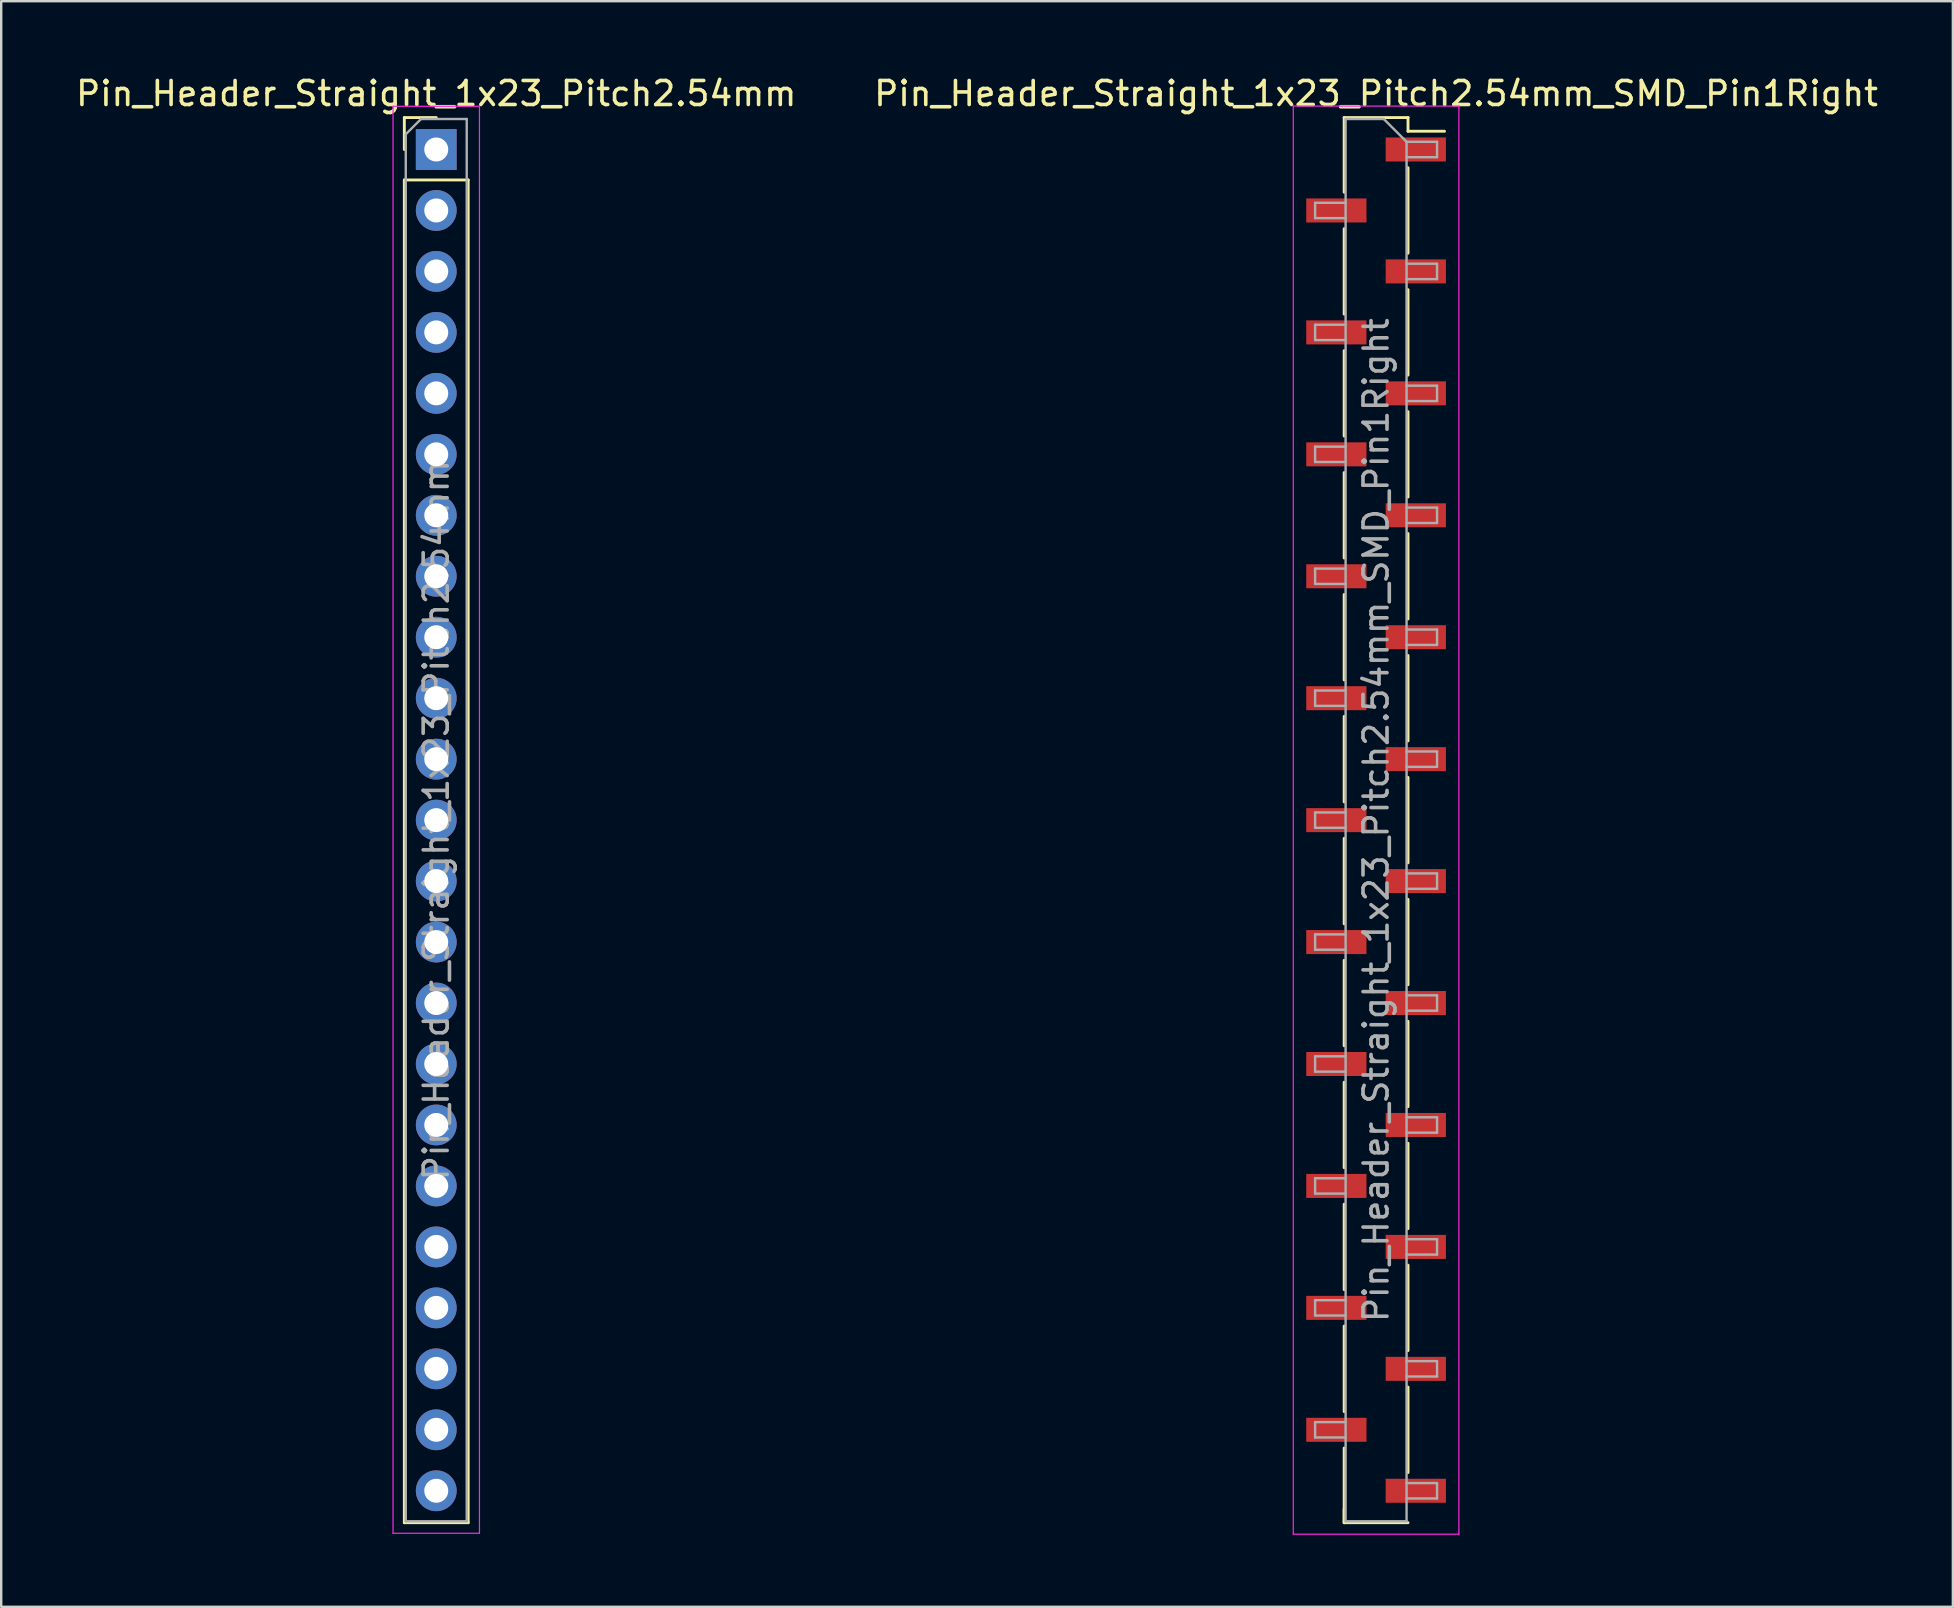
<source format=kicad_pcb>
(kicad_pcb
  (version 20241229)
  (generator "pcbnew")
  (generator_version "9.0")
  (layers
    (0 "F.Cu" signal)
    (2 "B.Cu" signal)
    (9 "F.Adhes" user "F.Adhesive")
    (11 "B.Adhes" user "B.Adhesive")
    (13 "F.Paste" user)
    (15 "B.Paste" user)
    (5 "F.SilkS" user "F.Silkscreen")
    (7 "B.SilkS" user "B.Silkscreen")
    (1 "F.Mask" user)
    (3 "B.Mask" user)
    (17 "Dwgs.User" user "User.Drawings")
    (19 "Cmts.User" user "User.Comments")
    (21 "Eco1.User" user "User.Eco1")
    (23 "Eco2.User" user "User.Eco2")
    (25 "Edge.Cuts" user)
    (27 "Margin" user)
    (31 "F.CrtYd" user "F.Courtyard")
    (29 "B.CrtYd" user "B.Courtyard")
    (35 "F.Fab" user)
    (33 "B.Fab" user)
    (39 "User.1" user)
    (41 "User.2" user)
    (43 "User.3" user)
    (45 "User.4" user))
  (footprint "Pin_Header_Straight_1x23_Pitch2.54mm"
    (layer "F.Cu")
    (at 15.125 3.178)
    (property "Reference" "Pin_Header_Straight_1x23_Pitch2.54mm" (at 0 -2.33 0) (layer "F.SilkS") (effects (font (size 1 1) (thickness 0.15))))
    (attr through_hole)
    (fp_line (start -1.33 -1.33) (end 0 -1.33) (stroke (width 0.12) (type solid)) (layer "F.SilkS"))
    (fp_line (start -1.33 0) (end -1.33 -1.33) (stroke (width 0.12) (type solid)) (layer "F.SilkS"))
    (fp_line (start -1.33 1.27) (end -1.33 57.21) (stroke (width 0.12) (type solid)) (layer "F.SilkS"))
    (fp_line (start -1.33 1.27) (end 1.33 1.27) (stroke (width 0.12) (type solid)) (layer "F.SilkS"))
    (fp_line (start -1.33 57.21) (end 1.33 57.21) (stroke (width 0.12) (type solid)) (layer "F.SilkS"))
    (fp_line (start 1.33 1.27) (end 1.33 57.21) (stroke (width 0.12) (type solid)) (layer "F.SilkS"))
    (fp_line (start -1.8 -1.8) (end -1.8 57.65) (stroke (width 0.05) (type solid)) (layer "F.CrtYd"))
    (fp_line (start -1.8 57.65) (end 1.8 57.65) (stroke (width 0.05) (type solid)) (layer "F.CrtYd"))
    (fp_line (start 1.8 -1.8) (end -1.8 -1.8) (stroke (width 0.05) (type solid)) (layer "F.CrtYd"))
    (fp_line (start 1.8 57.65) (end 1.8 -1.8) (stroke (width 0.05) (type solid)) (layer "F.CrtYd"))
    (fp_line (start -1.27 -0.635) (end -0.635 -1.27) (stroke (width 0.1) (type solid)) (layer "F.Fab"))
    (fp_line (start -1.27 57.15) (end -1.27 -0.635) (stroke (width 0.1) (type solid)) (layer "F.Fab"))
    (fp_line (start -0.635 -1.27) (end 1.27 -1.27) (stroke (width 0.1) (type solid)) (layer "F.Fab"))
    (fp_line (start 1.27 -1.27) (end 1.27 57.15) (stroke (width 0.1) (type solid)) (layer "F.Fab"))
    (fp_line (start 1.27 57.15) (end -1.27 57.15) (stroke (width 0.1) (type solid)) (layer "F.Fab"))
    (fp_text user "${REFERENCE}" (at 0 27.94 90) (layer "F.Fab") (effects (font (size 1 1) (thickness 0.15))))
    (pad "1" thru_hole rect (at 0 0) (size 1.7 1.7) (drill 1) (layers "*.Cu" "*.Mask"))
    (pad "2" thru_hole oval (at 0 2.54) (size 1.7 1.7) (drill 1) (layers "*.Cu" "*.Mask"))
    (pad "3" thru_hole oval (at 0 5.08) (size 1.7 1.7) (drill 1) (layers "*.Cu" "*.Mask"))
    (pad "4" thru_hole oval (at 0 7.62) (size 1.7 1.7) (drill 1) (layers "*.Cu" "*.Mask"))
    (pad "5" thru_hole oval (at 0 10.16) (size 1.7 1.7) (drill 1) (layers "*.Cu" "*.Mask"))
    (pad "6" thru_hole oval (at 0 12.7) (size 1.7 1.7) (drill 1) (layers "*.Cu" "*.Mask"))
    (pad "7" thru_hole oval (at 0 15.24) (size 1.7 1.7) (drill 1) (layers "*.Cu" "*.Mask"))
    (pad "8" thru_hole oval (at 0 17.78) (size 1.7 1.7) (drill 1) (layers "*.Cu" "*.Mask"))
    (pad "9" thru_hole oval (at 0 20.32) (size 1.7 1.7) (drill 1) (layers "*.Cu" "*.Mask"))
    (pad "10" thru_hole oval (at 0 22.86) (size 1.7 1.7) (drill 1) (layers "*.Cu" "*.Mask"))
    (pad "11" thru_hole oval (at 0 25.4) (size 1.7 1.7) (drill 1) (layers "*.Cu" "*.Mask"))
    (pad "12" thru_hole oval (at 0 27.94) (size 1.7 1.7) (drill 1) (layers "*.Cu" "*.Mask"))
    (pad "13" thru_hole oval (at 0 30.48) (size 1.7 1.7) (drill 1) (layers "*.Cu" "*.Mask"))
    (pad "14" thru_hole oval (at 0 33.02) (size 1.7 1.7) (drill 1) (layers "*.Cu" "*.Mask"))
    (pad "15" thru_hole oval (at 0 35.56) (size 1.7 1.7) (drill 1) (layers "*.Cu" "*.Mask"))
    (pad "16" thru_hole oval (at 0 38.1) (size 1.7 1.7) (drill 1) (layers "*.Cu" "*.Mask"))
    (pad "17" thru_hole oval (at 0 40.64) (size 1.7 1.7) (drill 1) (layers "*.Cu" "*.Mask"))
    (pad "18" thru_hole oval (at 0 43.18) (size 1.7 1.7) (drill 1) (layers "*.Cu" "*.Mask"))
    (pad "19" thru_hole oval (at 0 45.72) (size 1.7 1.7) (drill 1) (layers "*.Cu" "*.Mask"))
    (pad "20" thru_hole oval (at 0 48.26) (size 1.7 1.7) (drill 1) (layers "*.Cu" "*.Mask"))
    (pad "21" thru_hole oval (at 0 50.8) (size 1.7 1.7) (drill 1) (layers "*.Cu" "*.Mask"))
    (pad "22" thru_hole oval (at 0 53.34) (size 1.7 1.7) (drill 1) (layers "*.Cu" "*.Mask"))
    (pad "23" thru_hole oval (at 0 55.88) (size 1.7 1.7) (drill 1) (layers "*.Cu" "*.Mask")))
  (footprint "Pin_Header_Straight_1x23_Pitch2.54mm_SMD_Pin1Right"
    (layer "F.Cu")
    (at 54.28 31.118)
    (property "Reference" "Pin_Header_Straight_1x23_Pitch2.54mm_SMD_Pin1Right" (at 0 -30.27 0) (layer "F.SilkS") (effects (font (size 1 1) (thickness 0.15))))
    (attr smd)
    (fp_line (start -1.33 -29.27) (end -1.33 -26.16) (stroke (width 0.12) (type solid)) (layer "F.SilkS"))
    (fp_line (start -1.33 -29.27) (end 1.33 -29.27) (stroke (width 0.12) (type solid)) (layer "F.SilkS"))
    (fp_line (start -1.33 -24.64) (end -1.33 -21.08) (stroke (width 0.12) (type solid)) (layer "F.SilkS"))
    (fp_line (start -1.33 -19.56) (end -1.33 -16) (stroke (width 0.12) (type solid)) (layer "F.SilkS"))
    (fp_line (start -1.33 -14.48) (end -1.33 -10.92) (stroke (width 0.12) (type solid)) (layer "F.SilkS"))
    (fp_line (start -1.33 -9.4) (end -1.33 -5.84) (stroke (width 0.12) (type solid)) (layer "F.SilkS"))
    (fp_line (start -1.33 -4.32) (end -1.33 -0.76) (stroke (width 0.12) (type solid)) (layer "F.SilkS"))
    (fp_line (start -1.33 0.76) (end -1.33 4.32) (stroke (width 0.12) (type solid)) (layer "F.SilkS"))
    (fp_line (start -1.33 5.84) (end -1.33 9.4) (stroke (width 0.12) (type solid)) (layer "F.SilkS"))
    (fp_line (start -1.33 10.92) (end -1.33 14.48) (stroke (width 0.12) (type solid)) (layer "F.SilkS"))
    (fp_line (start -1.33 16) (end -1.33 19.56) (stroke (width 0.12) (type solid)) (layer "F.SilkS"))
    (fp_line (start -1.33 21.08) (end -1.33 24.64) (stroke (width 0.12) (type solid)) (layer "F.SilkS"))
    (fp_line (start -1.33 26.16) (end -1.33 29.27) (stroke (width 0.12) (type solid)) (layer "F.SilkS"))
    (fp_line (start -1.33 28.7) (end -1.33 29.27) (stroke (width 0.12) (type solid)) (layer "F.SilkS"))
    (fp_line (start -1.33 29.27) (end 1.33 29.27) (stroke (width 0.12) (type solid)) (layer "F.SilkS"))
    (fp_line (start 1.33 -29.27) (end 1.33 -28.7) (stroke (width 0.12) (type solid)) (layer "F.SilkS"))
    (fp_line (start 1.33 -28.7) (end 2.85 -28.7) (stroke (width 0.12) (type solid)) (layer "F.SilkS"))
    (fp_line (start 1.33 -27.18) (end 1.33 -23.62) (stroke (width 0.12) (type solid)) (layer "F.SilkS"))
    (fp_line (start 1.33 -22.1) (end 1.33 -18.54) (stroke (width 0.12) (type solid)) (layer "F.SilkS"))
    (fp_line (start 1.33 -17.02) (end 1.33 -13.46) (stroke (width 0.12) (type solid)) (layer "F.SilkS"))
    (fp_line (start 1.33 -11.94) (end 1.33 -8.38) (stroke (width 0.12) (type solid)) (layer "F.SilkS"))
    (fp_line (start 1.33 -6.86) (end 1.33 -3.3) (stroke (width 0.12) (type solid)) (layer "F.SilkS"))
    (fp_line (start 1.33 -1.78) (end 1.33 1.78) (stroke (width 0.12) (type solid)) (layer "F.SilkS"))
    (fp_line (start 1.33 3.3) (end 1.33 6.86) (stroke (width 0.12) (type solid)) (layer "F.SilkS"))
    (fp_line (start 1.33 8.38) (end 1.33 11.94) (stroke (width 0.12) (type solid)) (layer "F.SilkS"))
    (fp_line (start 1.33 13.46) (end 1.33 17.02) (stroke (width 0.12) (type solid)) (layer "F.SilkS"))
    (fp_line (start 1.33 18.54) (end 1.33 22.1) (stroke (width 0.12) (type solid)) (layer "F.SilkS"))
    (fp_line (start 1.33 23.62) (end 1.33 27.18) (stroke (width 0.12) (type solid)) (layer "F.SilkS"))
    (fp_line (start -3.45 -29.75) (end -3.45 29.75) (stroke (width 0.05) (type solid)) (layer "F.CrtYd"))
    (fp_line (start -3.45 29.75) (end 3.45 29.75) (stroke (width 0.05) (type solid)) (layer "F.CrtYd"))
    (fp_line (start 3.45 -29.75) (end -3.45 -29.75) (stroke (width 0.05) (type solid)) (layer "F.CrtYd"))
    (fp_line (start 3.45 29.75) (end 3.45 -29.75) (stroke (width 0.05) (type solid)) (layer "F.CrtYd"))
    (fp_line (start -2.54 -25.72) (end -2.54 -25.08) (stroke (width 0.1) (type solid)) (layer "F.Fab"))
    (fp_line (start -2.54 -25.08) (end -1.27 -25.08) (stroke (width 0.1) (type solid)) (layer "F.Fab"))
    (fp_line (start -2.54 -20.64) (end -2.54 -20) (stroke (width 0.1) (type solid)) (layer "F.Fab"))
    (fp_line (start -2.54 -20) (end -1.27 -20) (stroke (width 0.1) (type solid)) (layer "F.Fab"))
    (fp_line (start -2.54 -15.56) (end -2.54 -14.92) (stroke (width 0.1) (type solid)) (layer "F.Fab"))
    (fp_line (start -2.54 -14.92) (end -1.27 -14.92) (stroke (width 0.1) (type solid)) (layer "F.Fab"))
    (fp_line (start -2.54 -10.48) (end -2.54 -9.84) (stroke (width 0.1) (type solid)) (layer "F.Fab"))
    (fp_line (start -2.54 -9.84) (end -1.27 -9.84) (stroke (width 0.1) (type solid)) (layer "F.Fab"))
    (fp_line (start -2.54 -5.4) (end -2.54 -4.76) (stroke (width 0.1) (type solid)) (layer "F.Fab"))
    (fp_line (start -2.54 -4.76) (end -1.27 -4.76) (stroke (width 0.1) (type solid)) (layer "F.Fab"))
    (fp_line (start -2.54 -0.32) (end -2.54 0.32) (stroke (width 0.1) (type solid)) (layer "F.Fab"))
    (fp_line (start -2.54 0.32) (end -1.27 0.32) (stroke (width 0.1) (type solid)) (layer "F.Fab"))
    (fp_line (start -2.54 4.76) (end -2.54 5.4) (stroke (width 0.1) (type solid)) (layer "F.Fab"))
    (fp_line (start -2.54 5.4) (end -1.27 5.4) (stroke (width 0.1) (type solid)) (layer "F.Fab"))
    (fp_line (start -2.54 9.84) (end -2.54 10.48) (stroke (width 0.1) (type solid)) (layer "F.Fab"))
    (fp_line (start -2.54 10.48) (end -1.27 10.48) (stroke (width 0.1) (type solid)) (layer "F.Fab"))
    (fp_line (start -2.54 14.92) (end -2.54 15.56) (stroke (width 0.1) (type solid)) (layer "F.Fab"))
    (fp_line (start -2.54 15.56) (end -1.27 15.56) (stroke (width 0.1) (type solid)) (layer "F.Fab"))
    (fp_line (start -2.54 20) (end -2.54 20.64) (stroke (width 0.1) (type solid)) (layer "F.Fab"))
    (fp_line (start -2.54 20.64) (end -1.27 20.64) (stroke (width 0.1) (type solid)) (layer "F.Fab"))
    (fp_line (start -2.54 25.08) (end -2.54 25.72) (stroke (width 0.1) (type solid)) (layer "F.Fab"))
    (fp_line (start -2.54 25.72) (end -1.27 25.72) (stroke (width 0.1) (type solid)) (layer "F.Fab"))
    (fp_line (start -1.27 -29.21) (end -1.27 29.21) (stroke (width 0.1) (type solid)) (layer "F.Fab"))
    (fp_line (start -1.27 -29.21) (end 0.32 -29.21) (stroke (width 0.1) (type solid)) (layer "F.Fab"))
    (fp_line (start -1.27 -25.72) (end -2.54 -25.72) (stroke (width 0.1) (type solid)) (layer "F.Fab"))
    (fp_line (start -1.27 -20.64) (end -2.54 -20.64) (stroke (width 0.1) (type solid)) (layer "F.Fab"))
    (fp_line (start -1.27 -15.56) (end -2.54 -15.56) (stroke (width 0.1) (type solid)) (layer "F.Fab"))
    (fp_line (start -1.27 -10.48) (end -2.54 -10.48) (stroke (width 0.1) (type solid)) (layer "F.Fab"))
    (fp_line (start -1.27 -5.4) (end -2.54 -5.4) (stroke (width 0.1) (type solid)) (layer "F.Fab"))
    (fp_line (start -1.27 -0.32) (end -2.54 -0.32) (stroke (width 0.1) (type solid)) (layer "F.Fab"))
    (fp_line (start -1.27 4.76) (end -2.54 4.76) (stroke (width 0.1) (type solid)) (layer "F.Fab"))
    (fp_line (start -1.27 9.84) (end -2.54 9.84) (stroke (width 0.1) (type solid)) (layer "F.Fab"))
    (fp_line (start -1.27 14.92) (end -2.54 14.92) (stroke (width 0.1) (type solid)) (layer "F.Fab"))
    (fp_line (start -1.27 20) (end -2.54 20) (stroke (width 0.1) (type solid)) (layer "F.Fab"))
    (fp_line (start -1.27 25.08) (end -2.54 25.08) (stroke (width 0.1) (type solid)) (layer "F.Fab"))
    (fp_line (start 1.27 -28.26) (end 0.32 -29.21) (stroke (width 0.1) (type solid)) (layer "F.Fab"))
    (fp_line (start 1.27 -28.26) (end 2.54 -28.26) (stroke (width 0.1) (type solid)) (layer "F.Fab"))
    (fp_line (start 1.27 -23.18) (end 2.54 -23.18) (stroke (width 0.1) (type solid)) (layer "F.Fab"))
    (fp_line (start 1.27 -18.1) (end 2.54 -18.1) (stroke (width 0.1) (type solid)) (layer "F.Fab"))
    (fp_line (start 1.27 -13.02) (end 2.54 -13.02) (stroke (width 0.1) (type solid)) (layer "F.Fab"))
    (fp_line (start 1.27 -7.94) (end 2.54 -7.94) (stroke (width 0.1) (type solid)) (layer "F.Fab"))
    (fp_line (start 1.27 -2.86) (end 2.54 -2.86) (stroke (width 0.1) (type solid)) (layer "F.Fab"))
    (fp_line (start 1.27 2.22) (end 2.54 2.22) (stroke (width 0.1) (type solid)) (layer "F.Fab"))
    (fp_line (start 1.27 7.3) (end 2.54 7.3) (stroke (width 0.1) (type solid)) (layer "F.Fab"))
    (fp_line (start 1.27 12.38) (end 2.54 12.38) (stroke (width 0.1) (type solid)) (layer "F.Fab"))
    (fp_line (start 1.27 17.46) (end 2.54 17.46) (stroke (width 0.1) (type solid)) (layer "F.Fab"))
    (fp_line (start 1.27 22.54) (end 2.54 22.54) (stroke (width 0.1) (type solid)) (layer "F.Fab"))
    (fp_line (start 1.27 27.62) (end 2.54 27.62) (stroke (width 0.1) (type solid)) (layer "F.Fab"))
    (fp_line (start 1.27 29.21) (end -1.27 29.21) (stroke (width 0.1) (type solid)) (layer "F.Fab"))
    (fp_line (start 1.27 29.21) (end 1.27 -28.26) (stroke (width 0.1) (type solid)) (layer "F.Fab"))
    (fp_line (start 2.54 -28.26) (end 2.54 -27.62) (stroke (width 0.1) (type solid)) (layer "F.Fab"))
    (fp_line (start 2.54 -27.62) (end 1.27 -27.62) (stroke (width 0.1) (type solid)) (layer "F.Fab"))
    (fp_line (start 2.54 -23.18) (end 2.54 -22.54) (stroke (width 0.1) (type solid)) (layer "F.Fab"))
    (fp_line (start 2.54 -22.54) (end 1.27 -22.54) (stroke (width 0.1) (type solid)) (layer "F.Fab"))
    (fp_line (start 2.54 -18.1) (end 2.54 -17.46) (stroke (width 0.1) (type solid)) (layer "F.Fab"))
    (fp_line (start 2.54 -17.46) (end 1.27 -17.46) (stroke (width 0.1) (type solid)) (layer "F.Fab"))
    (fp_line (start 2.54 -13.02) (end 2.54 -12.38) (stroke (width 0.1) (type solid)) (layer "F.Fab"))
    (fp_line (start 2.54 -12.38) (end 1.27 -12.38) (stroke (width 0.1) (type solid)) (layer "F.Fab"))
    (fp_line (start 2.54 -7.94) (end 2.54 -7.3) (stroke (width 0.1) (type solid)) (layer "F.Fab"))
    (fp_line (start 2.54 -7.3) (end 1.27 -7.3) (stroke (width 0.1) (type solid)) (layer "F.Fab"))
    (fp_line (start 2.54 -2.86) (end 2.54 -2.22) (stroke (width 0.1) (type solid)) (layer "F.Fab"))
    (fp_line (start 2.54 -2.22) (end 1.27 -2.22) (stroke (width 0.1) (type solid)) (layer "F.Fab"))
    (fp_line (start 2.54 2.22) (end 2.54 2.86) (stroke (width 0.1) (type solid)) (layer "F.Fab"))
    (fp_line (start 2.54 2.86) (end 1.27 2.86) (stroke (width 0.1) (type solid)) (layer "F.Fab"))
    (fp_line (start 2.54 7.3) (end 2.54 7.94) (stroke (width 0.1) (type solid)) (layer "F.Fab"))
    (fp_line (start 2.54 7.94) (end 1.27 7.94) (stroke (width 0.1) (type solid)) (layer "F.Fab"))
    (fp_line (start 2.54 12.38) (end 2.54 13.02) (stroke (width 0.1) (type solid)) (layer "F.Fab"))
    (fp_line (start 2.54 13.02) (end 1.27 13.02) (stroke (width 0.1) (type solid)) (layer "F.Fab"))
    (fp_line (start 2.54 17.46) (end 2.54 18.1) (stroke (width 0.1) (type solid)) (layer "F.Fab"))
    (fp_line (start 2.54 18.1) (end 1.27 18.1) (stroke (width 0.1) (type solid)) (layer "F.Fab"))
    (fp_line (start 2.54 22.54) (end 2.54 23.18) (stroke (width 0.1) (type solid)) (layer "F.Fab"))
    (fp_line (start 2.54 23.18) (end 1.27 23.18) (stroke (width 0.1) (type solid)) (layer "F.Fab"))
    (fp_line (start 2.54 27.62) (end 2.54 28.26) (stroke (width 0.1) (type solid)) (layer "F.Fab"))
    (fp_line (start 2.54 28.26) (end 1.27 28.26) (stroke (width 0.1) (type solid)) (layer "F.Fab"))
    (fp_text user "${REFERENCE}" (at 0 0 90) (layer "F.Fab") (effects (font (size 1 1) (thickness 0.15))))
    (pad "1" smd rect (at 1.655 -27.94) (size 2.51 1) (layers "F.Cu" "F.Mask" "F.Paste"))
    (pad "2" smd rect (at -1.655 -25.4) (size 2.51 1) (layers "F.Cu" "F.Mask" "F.Paste"))
    (pad "3" smd rect (at 1.655 -22.86) (size 2.51 1) (layers "F.Cu" "F.Mask" "F.Paste"))
    (pad "4" smd rect (at -1.655 -20.32) (size 2.51 1) (layers "F.Cu" "F.Mask" "F.Paste"))
    (pad "5" smd rect (at 1.655 -17.78) (size 2.51 1) (layers "F.Cu" "F.Mask" "F.Paste"))
    (pad "6" smd rect (at -1.655 -15.24) (size 2.51 1) (layers "F.Cu" "F.Mask" "F.Paste"))
    (pad "7" smd rect (at 1.655 -12.7) (size 2.51 1) (layers "F.Cu" "F.Mask" "F.Paste"))
    (pad "8" smd rect (at -1.655 -10.16) (size 2.51 1) (layers "F.Cu" "F.Mask" "F.Paste"))
    (pad "9" smd rect (at 1.655 -7.62) (size 2.51 1) (layers "F.Cu" "F.Mask" "F.Paste"))
    (pad "10" smd rect (at -1.655 -5.08) (size 2.51 1) (layers "F.Cu" "F.Mask" "F.Paste"))
    (pad "11" smd rect (at 1.655 -2.54) (size 2.51 1) (layers "F.Cu" "F.Mask" "F.Paste"))
    (pad "12" smd rect (at -1.655 0) (size 2.51 1) (layers "F.Cu" "F.Mask" "F.Paste"))
    (pad "13" smd rect (at 1.655 2.54) (size 2.51 1) (layers "F.Cu" "F.Mask" "F.Paste"))
    (pad "14" smd rect (at -1.655 5.08) (size 2.51 1) (layers "F.Cu" "F.Mask" "F.Paste"))
    (pad "15" smd rect (at 1.655 7.62) (size 2.51 1) (layers "F.Cu" "F.Mask" "F.Paste"))
    (pad "16" smd rect (at -1.655 10.16) (size 2.51 1) (layers "F.Cu" "F.Mask" "F.Paste"))
    (pad "17" smd rect (at 1.655 12.7) (size 2.51 1) (layers "F.Cu" "F.Mask" "F.Paste"))
    (pad "18" smd rect (at -1.655 15.24) (size 2.51 1) (layers "F.Cu" "F.Mask" "F.Paste"))
    (pad "19" smd rect (at 1.655 17.78) (size 2.51 1) (layers "F.Cu" "F.Mask" "F.Paste"))
    (pad "20" smd rect (at -1.655 20.32) (size 2.51 1) (layers "F.Cu" "F.Mask" "F.Paste"))
    (pad "21" smd rect (at 1.655 22.86) (size 2.51 1) (layers "F.Cu" "F.Mask" "F.Paste"))
    (pad "22" smd rect (at -1.655 25.4) (size 2.51 1) (layers "F.Cu" "F.Mask" "F.Paste"))
    (pad "23" smd rect (at 1.655 27.94) (size 2.51 1) (layers "F.Cu" "F.Mask" "F.Paste")))
  (gr_rect
    (start -3 -3)
    (end 78.31 63.893)
    (stroke (width 0.1) (type default))
    (fill no)
    (layer "Edge.Cuts")))
</source>
